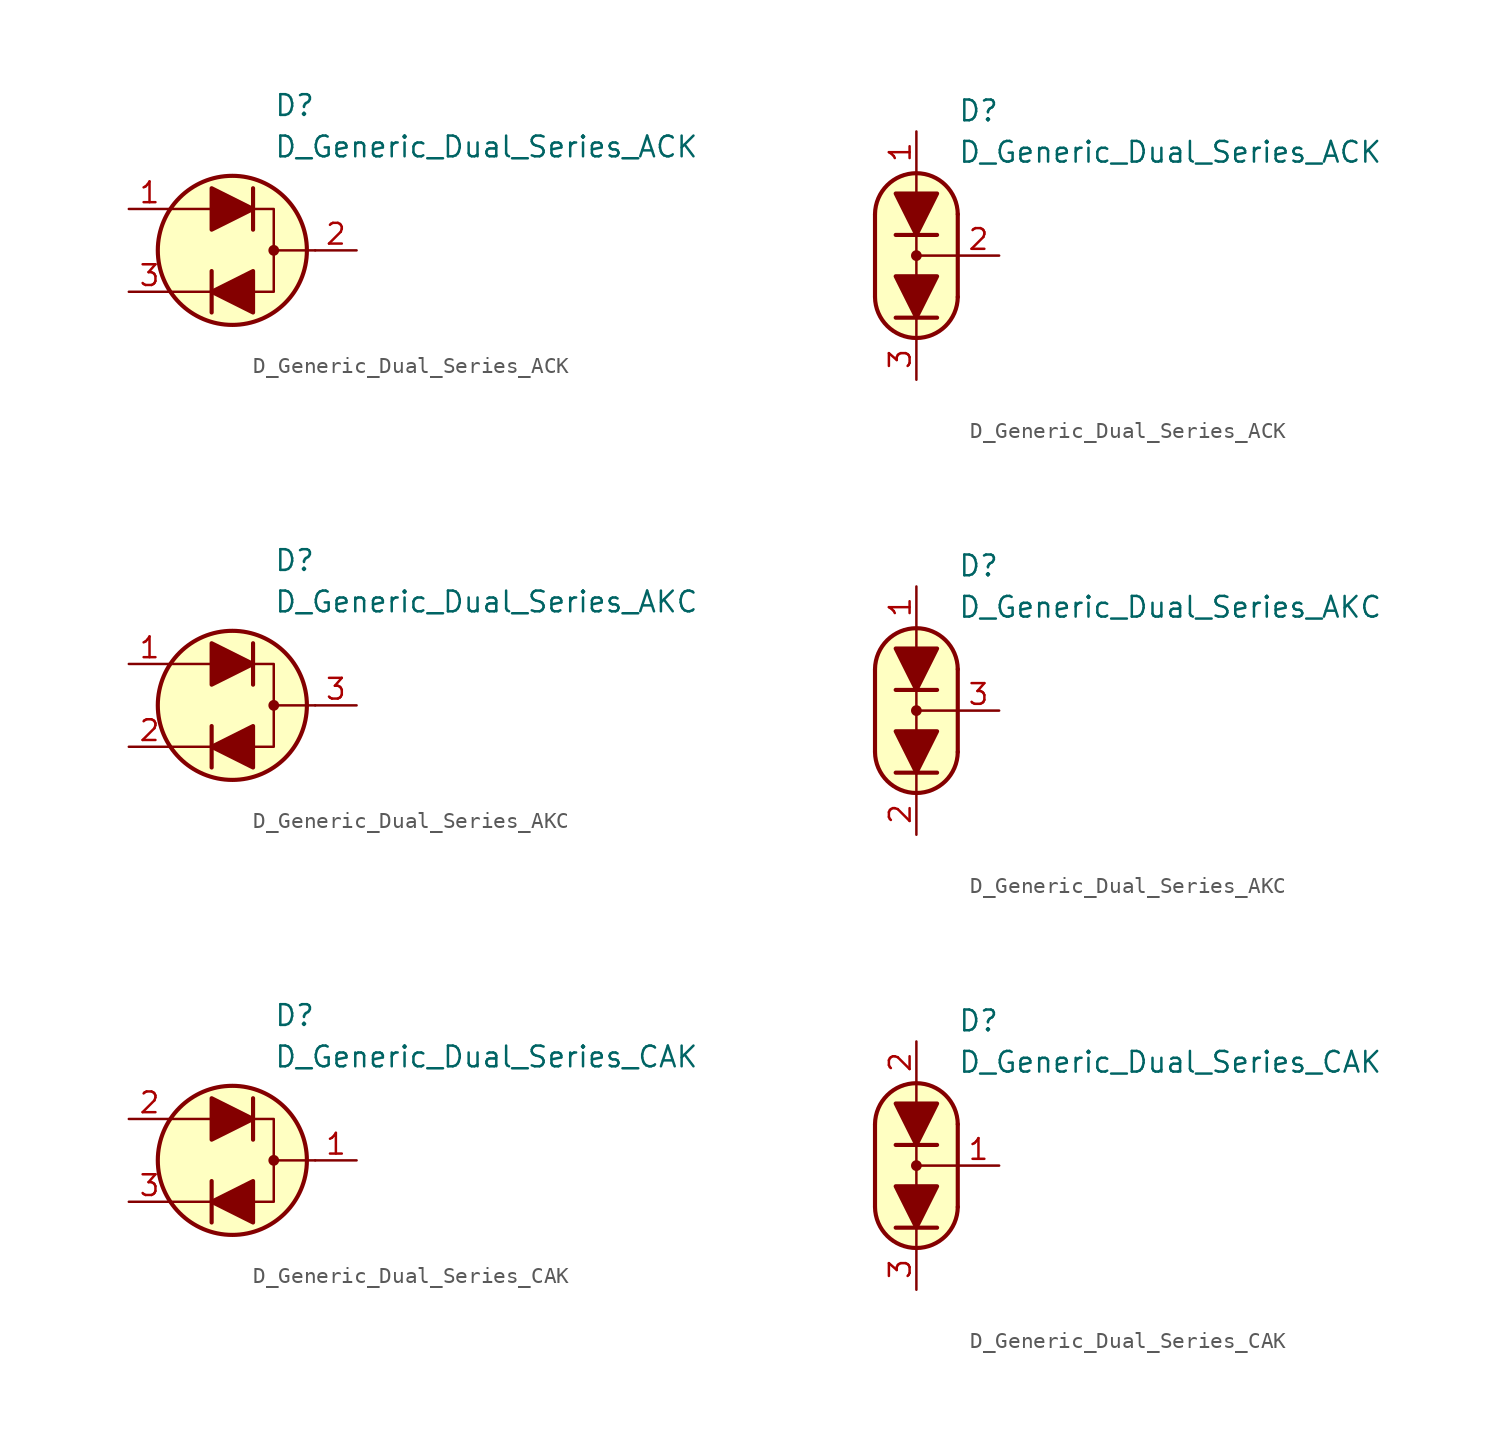
<source format=kicad_sym>
(kicad_symbol_lib
  (version 20231120)
  (generator "kicad_symbol_editor")
  (generator_version "8.0")
  (symbol "D_Generic_Dual_Series_ACK"
    (pin_names
      (offset 1.016) hide)
    (property "Reference" "D"
      (at 2.54 8.89 0)
      (effects (font (size 1.27 1.27)) (justify left)))
    (property "Value" "D_Generic_Dual_Series_ACK"
      (at 2.54 6.35 0)
      (effects (font (size 1.27 1.27)) (justify left)))
    (symbol "D_Generic_Dual_Series_ACK_0_1"
      (polyline (pts (xy -1.27 -2.54) (xy -3.81 -2.54)) (stroke (width 0) (type default)) (fill (type none)))
      (polyline (pts (xy -1.27 -1.27) (xy -1.27 -3.81)) (stroke (width 0.254) (type default)) (fill (type none)))
      (polyline (pts (xy -1.27 2.54) (xy -3.81 2.54)) (stroke (width 0) (type default)) (fill (type none)))
      (polyline (pts (xy 1.27 3.81) (xy 1.27 1.27)) (stroke (width 0.254) (type default)) (fill (type none)))
      (polyline (pts (xy 5.08 0) (xy 2.54 0)) (stroke (width 0) (type default)) (fill (type none)))
      (polyline (pts (xy 1.27 -2.54) (xy 2.54 -2.54) (xy 2.54 2.54) (xy 1.27 2.54)) (stroke (width 0) (type default)) (fill (type none)))
      (circle (center 0 0) (radius 4.572) (stroke (width 0.254) (type default)) (fill (type background)))
      (circle (center 2.54 0) (radius 0.254) (stroke (width 0) (type default)) (fill (type outline))))
    (symbol "D_Generic_Dual_Series_ACK_0_2"
      (arc (start -2.54 -2.54) (mid 0 -5.0576) (end 2.54 -2.54) (stroke (width 0.254) (type default)) (fill (type none)))
      (polyline (pts (xy -2.54 2.54) (xy -2.54 -2.54)) (stroke (width 0.254) (type default)) (fill (type none)))
      (polyline (pts (xy 0 -5.08) (xy 0 -3.81)) (stroke (width 0) (type default)) (fill (type none)))
      (polyline (pts (xy 0 0) (xy 2.54 0)) (stroke (width 0) (type default)) (fill (type none)))
      (polyline (pts (xy 0 1.27) (xy 0 -1.27)) (stroke (width 0) (type default)) (fill (type none)))
      (polyline (pts (xy 0 5.08) (xy 0 3.81)) (stroke (width 0) (type default)) (fill (type none)))
      (polyline (pts (xy 1.27 -3.81) (xy -1.27 -3.81)) (stroke (width 0.254) (type default)) (fill (type none)))
      (polyline (pts (xy 1.27 1.27) (xy -1.27 1.27)) (stroke (width 0.254) (type default)) (fill (type none)))
      (polyline (pts (xy 2.54 -2.54) (xy 2.54 2.54)) (stroke (width 0.254) (type default)) (fill (type none)))
      (polyline (pts (xy 0 -5.08) (xy -1.016 -4.826) (xy -1.778 -4.318) (xy -2.286 -3.556) (xy -2.54 -3.048) (xy -2.54 2.794) (xy -2.286 3.556) (xy -1.778 4.318) (xy -1.016 4.826) (xy -0.254 5.08) (xy 0.254 5.08) (xy 1.016 4.826) (xy 1.524 4.572) (xy 2.032 4.064) (xy 2.286 3.556) (xy 2.54 2.794) (xy 2.54 -2.794) (xy 2.286 -3.556) (xy 2.032 -4.064) (xy 1.524 -4.572) (xy 1.016 -4.826) (xy 0 -5.08)) (stroke (width 0.01) (type default)) (fill (type background)))
      (circle (center 0 0) (radius 0.254) (stroke (width 0) (type default)) (fill (type outline)))
      (arc (start 2.54 2.54) (mid 0 5.0576) (end -2.54 2.54) (stroke (width 0.254) (type default)) (fill (type none))))
    (symbol "D_Generic_Dual_Series_ACK_1_1"
      (polyline (pts (xy -1.27 2.54) (xy 1.27 2.54)) (stroke (width 0) (type default)) (fill (type none)))
      (polyline (pts (xy 1.27 -2.54) (xy -1.27 -2.54)) (stroke (width 0) (type default)) (fill (type none)))
      (polyline (pts (xy -1.27 1.27) (xy -1.27 3.81) (xy 1.27 2.54) (xy -1.27 1.27)) (stroke (width 0.254) (type default)) (fill (type outline)))
      (polyline (pts (xy 1.27 -1.27) (xy 1.27 -3.81) (xy -1.27 -2.54) (xy 1.27 -1.27)) (stroke (width 0.254) (type default)) (fill (type outline)))
      (pin passive line (at -6.35 2.54 0) (length 2.54) (name "A" (effects (font (size 1.27 1.27)))) (number "1" (effects (font (size 1.27 1.27)))))
      (pin passive line (at 7.62 0 180) (length 2.54) (name "C" (effects (font (size 1.27 1.27)))) (number "2" (effects (font (size 1.27 1.27)))))
      (pin passive line (at -6.35 -2.54 0) (length 2.54) (name "K" (effects (font (size 1.27 1.27)))) (number "3" (effects (font (size 1.27 1.27))))))
    (symbol "D_Generic_Dual_Series_ACK_1_2"
      (polyline (pts (xy 1.27 -1.27) (xy -1.27 -1.27) (xy 0 -3.81) (xy 1.27 -1.27)) (stroke (width 0.254) (type default)) (fill (type outline)))
      (polyline (pts (xy 1.27 3.81) (xy -1.27 3.81) (xy 0 1.27) (xy 1.27 3.81)) (stroke (width 0.254) (type default)) (fill (type outline)))
      (pin passive line (at 0 7.62 270) (length 2.54) (name "A" (effects (font (size 1.27 1.27)))) (number "1" (effects (font (size 1.27 1.27)))))
      (pin passive line (at 5.08 0 180) (length 2.54) (name "C" (effects (font (size 1.27 1.27)))) (number "2" (effects (font (size 1.27 1.27)))))
      (pin passive line (at 0 -7.62 90) (length 2.54) (name "K" (effects (font (size 1.27 1.27)))) (number "3" (effects (font (size 1.27 1.27)))))))
  (symbol "D_Generic_Dual_Series_AKC"
    (pin_names
      (offset 1.016) hide)
    (property "Reference" "D"
      (at 2.54 8.89 0)
      (effects (font (size 1.27 1.27)) (justify left)))
    (property "Value" "D_Generic_Dual_Series_AKC"
      (at 2.54 6.35 0)
      (effects (font (size 1.27 1.27)) (justify left)))
    (symbol "D_Generic_Dual_Series_AKC_0_1"
      (polyline (pts (xy -1.27 -2.54) (xy -3.81 -2.54)) (stroke (width 0) (type default)) (fill (type none)))
      (polyline (pts (xy -1.27 -1.27) (xy -1.27 -3.81)) (stroke (width 0.254) (type default)) (fill (type none)))
      (polyline (pts (xy -1.27 2.54) (xy -3.81 2.54)) (stroke (width 0) (type default)) (fill (type none)))
      (polyline (pts (xy 1.27 3.81) (xy 1.27 1.27)) (stroke (width 0.254) (type default)) (fill (type none)))
      (polyline (pts (xy 5.08 0) (xy 2.54 0)) (stroke (width 0) (type default)) (fill (type none)))
      (polyline (pts (xy 1.27 -2.54) (xy 2.54 -2.54) (xy 2.54 2.54) (xy 1.27 2.54)) (stroke (width 0) (type default)) (fill (type none)))
      (circle (center 0 0) (radius 4.572) (stroke (width 0.254) (type default)) (fill (type background)))
      (circle (center 2.54 0) (radius 0.254) (stroke (width 0) (type default)) (fill (type outline))))
    (symbol "D_Generic_Dual_Series_AKC_0_2"
      (arc (start -2.54 -2.54) (mid 0 -5.0576) (end 2.54 -2.54) (stroke (width 0.254) (type default)) (fill (type none)))
      (polyline (pts (xy -2.54 2.54) (xy -2.54 -2.54)) (stroke (width 0.254) (type default)) (fill (type none)))
      (polyline (pts (xy 0 -5.08) (xy 0 -3.81)) (stroke (width 0) (type default)) (fill (type none)))
      (polyline (pts (xy 0 0) (xy 2.54 0)) (stroke (width 0) (type default)) (fill (type none)))
      (polyline (pts (xy 0 1.27) (xy 0 -1.27)) (stroke (width 0) (type default)) (fill (type none)))
      (polyline (pts (xy 0 5.08) (xy 0 3.81)) (stroke (width 0) (type default)) (fill (type none)))
      (polyline (pts (xy 1.27 -3.81) (xy -1.27 -3.81)) (stroke (width 0.254) (type default)) (fill (type none)))
      (polyline (pts (xy 1.27 1.27) (xy -1.27 1.27)) (stroke (width 0.254) (type default)) (fill (type none)))
      (polyline (pts (xy 2.54 -2.54) (xy 2.54 2.54)) (stroke (width 0.254) (type default)) (fill (type none)))
      (polyline (pts (xy 0 -5.08) (xy -1.016 -4.826) (xy -1.778 -4.318) (xy -2.286 -3.556) (xy -2.54 -3.048) (xy -2.54 2.794) (xy -2.286 3.556) (xy -1.778 4.318) (xy -1.016 4.826) (xy -0.254 5.08) (xy 0.254 5.08) (xy 1.016 4.826) (xy 1.524 4.572) (xy 2.032 4.064) (xy 2.286 3.556) (xy 2.54 2.794) (xy 2.54 -2.794) (xy 2.286 -3.556) (xy 2.032 -4.064) (xy 1.524 -4.572) (xy 1.016 -4.826) (xy 0 -5.08)) (stroke (width 0.01) (type default)) (fill (type background)))
      (circle (center 0 0) (radius 0.254) (stroke (width 0) (type default)) (fill (type outline)))
      (arc (start 2.54 2.54) (mid 0 5.0576) (end -2.54 2.54) (stroke (width 0.254) (type default)) (fill (type none))))
    (symbol "D_Generic_Dual_Series_AKC_1_1"
      (polyline (pts (xy -1.27 2.54) (xy 1.27 2.54)) (stroke (width 0) (type default)) (fill (type none)))
      (polyline (pts (xy 1.27 -2.54) (xy -1.27 -2.54)) (stroke (width 0) (type default)) (fill (type none)))
      (polyline (pts (xy -1.27 1.27) (xy -1.27 3.81) (xy 1.27 2.54) (xy -1.27 1.27)) (stroke (width 0.254) (type default)) (fill (type outline)))
      (polyline (pts (xy 1.27 -1.27) (xy 1.27 -3.81) (xy -1.27 -2.54) (xy 1.27 -1.27)) (stroke (width 0.254) (type default)) (fill (type outline)))
      (pin passive line (at -6.35 2.54 0) (length 2.54) (name "A" (effects (font (size 1.27 1.27)))) (number "1" (effects (font (size 1.27 1.27)))))
      (pin passive line (at -6.35 -2.54 0) (length 2.54) (name "K" (effects (font (size 1.27 1.27)))) (number "2" (effects (font (size 1.27 1.27)))))
      (pin passive line (at 7.62 0 180) (length 2.54) (name "C" (effects (font (size 1.27 1.27)))) (number "3" (effects (font (size 1.27 1.27))))))
    (symbol "D_Generic_Dual_Series_AKC_1_2"
      (polyline (pts (xy 1.27 -1.27) (xy -1.27 -1.27) (xy 0 -3.81) (xy 1.27 -1.27)) (stroke (width 0.254) (type default)) (fill (type outline)))
      (polyline (pts (xy 1.27 3.81) (xy -1.27 3.81) (xy 0 1.27) (xy 1.27 3.81)) (stroke (width 0.254) (type default)) (fill (type outline)))
      (pin passive line (at 0 7.62 270) (length 2.54) (name "A" (effects (font (size 1.27 1.27)))) (number "1" (effects (font (size 1.27 1.27)))))
      (pin passive line (at 0 -7.62 90) (length 2.54) (name "K" (effects (font (size 1.27 1.27)))) (number "2" (effects (font (size 1.27 1.27)))))
      (pin passive line (at 5.08 0 180) (length 2.54) (name "C" (effects (font (size 1.27 1.27)))) (number "3" (effects (font (size 1.27 1.27)))))))
  (symbol "D_Generic_Dual_Series_CAK"
    (pin_names
      (offset 1.016) hide)
    (property "Reference" "D"
      (at 2.54 8.89 0)
      (effects (font (size 1.27 1.27)) (justify left)))
    (property "Value" "D_Generic_Dual_Series_CAK"
      (at 2.54 6.35 0)
      (effects (font (size 1.27 1.27)) (justify left)))
    (symbol "D_Generic_Dual_Series_CAK_0_1"
      (polyline (pts (xy -1.27 -2.54) (xy -3.81 -2.54)) (stroke (width 0) (type default)) (fill (type none)))
      (polyline (pts (xy -1.27 -1.27) (xy -1.27 -3.81)) (stroke (width 0.254) (type default)) (fill (type none)))
      (polyline (pts (xy -1.27 2.54) (xy -3.81 2.54)) (stroke (width 0) (type default)) (fill (type none)))
      (polyline (pts (xy 1.27 3.81) (xy 1.27 1.27)) (stroke (width 0.254) (type default)) (fill (type none)))
      (polyline (pts (xy 5.08 0) (xy 2.54 0)) (stroke (width 0) (type default)) (fill (type none)))
      (polyline (pts (xy 1.27 -2.54) (xy 2.54 -2.54) (xy 2.54 2.54) (xy 1.27 2.54)) (stroke (width 0) (type default)) (fill (type none)))
      (circle (center 0 0) (radius 4.572) (stroke (width 0.254) (type default)) (fill (type background)))
      (circle (center 2.54 0) (radius 0.254) (stroke (width 0) (type default)) (fill (type outline))))
    (symbol "D_Generic_Dual_Series_CAK_0_2"
      (arc (start -2.54 -2.54) (mid 0 -5.0576) (end 2.54 -2.54) (stroke (width 0.254) (type default)) (fill (type none)))
      (polyline (pts (xy -2.54 2.54) (xy -2.54 -2.54)) (stroke (width 0.254) (type default)) (fill (type none)))
      (polyline (pts (xy 0 -5.08) (xy 0 -3.81)) (stroke (width 0) (type default)) (fill (type none)))
      (polyline (pts (xy 0 0) (xy 2.54 0)) (stroke (width 0) (type default)) (fill (type none)))
      (polyline (pts (xy 0 1.27) (xy 0 -1.27)) (stroke (width 0) (type default)) (fill (type none)))
      (polyline (pts (xy 0 5.08) (xy 0 3.81)) (stroke (width 0) (type default)) (fill (type none)))
      (polyline (pts (xy 1.27 -3.81) (xy -1.27 -3.81)) (stroke (width 0.254) (type default)) (fill (type none)))
      (polyline (pts (xy 1.27 1.27) (xy -1.27 1.27)) (stroke (width 0.254) (type default)) (fill (type none)))
      (polyline (pts (xy 2.54 -2.54) (xy 2.54 2.54)) (stroke (width 0.254) (type default)) (fill (type none)))
      (polyline (pts (xy 0 -5.08) (xy -1.016 -4.826) (xy -1.778 -4.318) (xy -2.286 -3.556) (xy -2.54 -3.048) (xy -2.54 2.794) (xy -2.286 3.556) (xy -1.778 4.318) (xy -1.016 4.826) (xy -0.254 5.08) (xy 0.254 5.08) (xy 1.016 4.826) (xy 1.524 4.572) (xy 2.032 4.064) (xy 2.286 3.556) (xy 2.54 2.794) (xy 2.54 -2.794) (xy 2.286 -3.556) (xy 2.032 -4.064) (xy 1.524 -4.572) (xy 1.016 -4.826) (xy 0 -5.08)) (stroke (width 0.01) (type default)) (fill (type background)))
      (circle (center 0 0) (radius 0.254) (stroke (width 0) (type default)) (fill (type outline)))
      (arc (start 2.54 2.54) (mid 0 5.0576) (end -2.54 2.54) (stroke (width 0.254) (type default)) (fill (type none))))
    (symbol "D_Generic_Dual_Series_CAK_1_1"
      (polyline (pts (xy -1.27 2.54) (xy 1.27 2.54)) (stroke (width 0) (type default)) (fill (type none)))
      (polyline (pts (xy 1.27 -2.54) (xy -1.27 -2.54)) (stroke (width 0) (type default)) (fill (type none)))
      (polyline (pts (xy -1.27 1.27) (xy -1.27 3.81) (xy 1.27 2.54) (xy -1.27 1.27)) (stroke (width 0.254) (type default)) (fill (type outline)))
      (polyline (pts (xy 1.27 -1.27) (xy 1.27 -3.81) (xy -1.27 -2.54) (xy 1.27 -1.27)) (stroke (width 0.254) (type default)) (fill (type outline)))
      (pin passive line (at 7.62 0 180) (length 2.54) (name "C" (effects (font (size 1.27 1.27)))) (number "1" (effects (font (size 1.27 1.27)))))
      (pin passive line (at -6.35 2.54 0) (length 2.54) (name "A" (effects (font (size 1.27 1.27)))) (number "2" (effects (font (size 1.27 1.27)))))
      (pin passive line (at -6.35 -2.54 0) (length 2.54) (name "K" (effects (font (size 1.27 1.27)))) (number "3" (effects (font (size 1.27 1.27))))))
    (symbol "D_Generic_Dual_Series_CAK_1_2"
      (polyline (pts (xy 1.27 -1.27) (xy -1.27 -1.27) (xy 0 -3.81) (xy 1.27 -1.27)) (stroke (width 0.254) (type default)) (fill (type outline)))
      (polyline (pts (xy 1.27 3.81) (xy -1.27 3.81) (xy 0 1.27) (xy 1.27 3.81)) (stroke (width 0.254) (type default)) (fill (type outline)))
      (pin passive line (at 5.08 0 180) (length 2.54) (name "C" (effects (font (size 1.27 1.27)))) (number "1" (effects (font (size 1.27 1.27)))))
      (pin passive line (at 0 7.62 270) (length 2.54) (name "A" (effects (font (size 1.27 1.27)))) (number "2" (effects (font (size 1.27 1.27)))))
      (pin passive line (at 0 -7.62 90) (length 2.54) (name "K" (effects (font (size 1.27 1.27)))) (number "3" (effects (font (size 1.27 1.27))))))))
</source>
